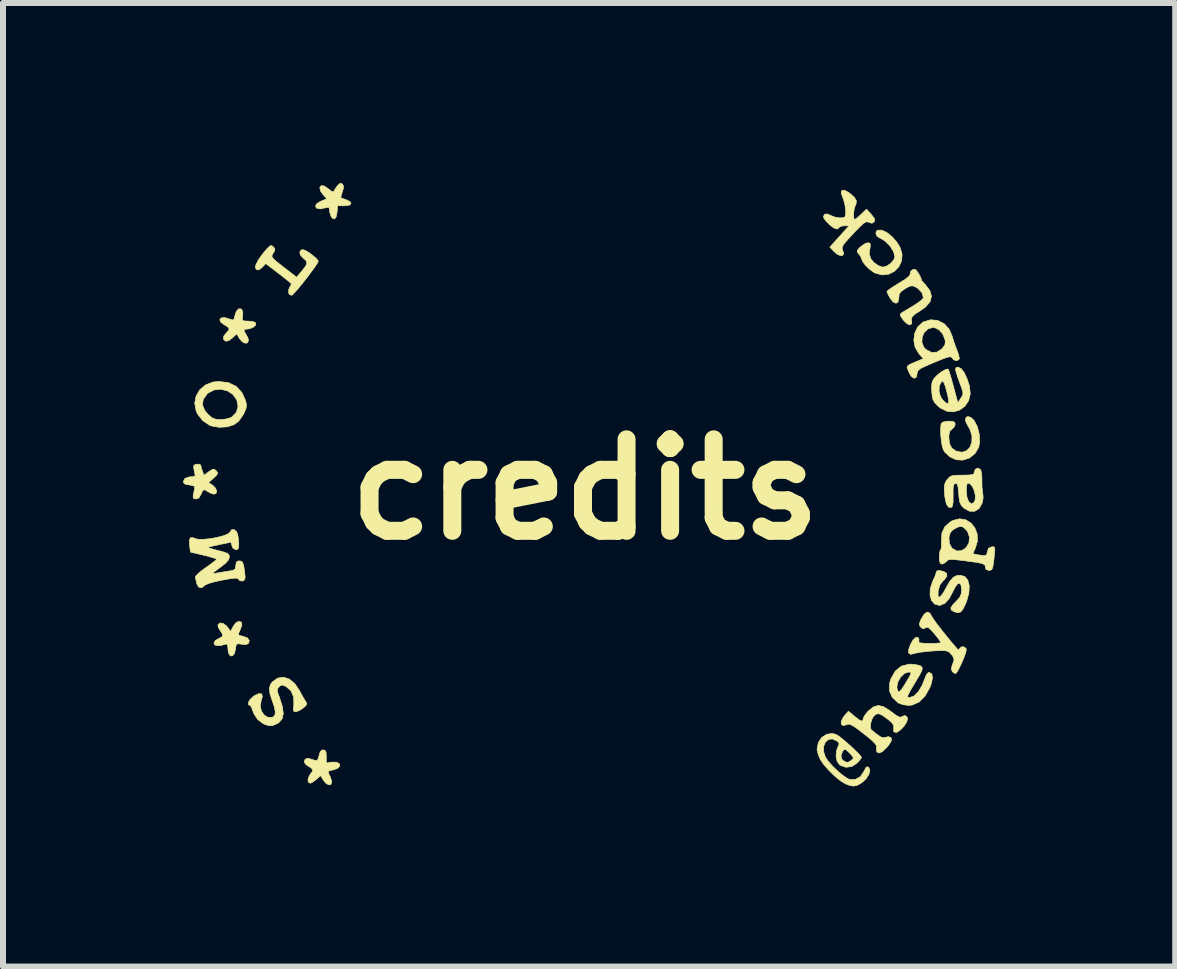
<source format=kicad_pcb>
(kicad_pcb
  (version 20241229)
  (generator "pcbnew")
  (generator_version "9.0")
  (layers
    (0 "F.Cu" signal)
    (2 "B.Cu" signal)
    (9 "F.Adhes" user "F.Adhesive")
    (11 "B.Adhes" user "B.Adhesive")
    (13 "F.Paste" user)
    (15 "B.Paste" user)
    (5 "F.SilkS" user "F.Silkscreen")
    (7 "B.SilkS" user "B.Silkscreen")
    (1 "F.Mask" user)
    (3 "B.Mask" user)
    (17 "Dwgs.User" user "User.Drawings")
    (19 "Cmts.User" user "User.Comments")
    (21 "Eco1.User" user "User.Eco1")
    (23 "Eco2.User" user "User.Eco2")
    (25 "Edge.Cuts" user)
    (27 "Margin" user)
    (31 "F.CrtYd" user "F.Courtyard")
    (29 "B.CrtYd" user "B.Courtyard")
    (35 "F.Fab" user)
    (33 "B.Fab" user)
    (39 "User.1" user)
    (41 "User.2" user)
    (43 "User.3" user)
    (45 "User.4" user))
  (footprint "credits"
    (layer "F.Cu")
    (at 6.699 5.104)
    (property "Reference" "credits" (at 0 0 0) (layer "F.SilkS") (effects (font (size 1.524 1.524) (thickness 0.3))))
    (attr through_hole)
    (fp_poly (pts (xy 6.427 -1.199) (xy 6.479 -1.149) (xy 6.534 -1.046) (xy 6.566 -0.918) (xy 6.572 -0.787) (xy 6.556 -0.702) (xy 6.495 -0.598) (xy 6.402 -0.524) (xy 6.288 -0.488) (xy 6.179 -0.495) (xy 6.075 -0.544) (xy 5.99 -0.623) (xy 5.968 -0.659) (xy 5.948 -0.721) (xy 5.933 -0.812) (xy 5.923 -0.915) (xy 5.921 -1.01) (xy 5.928 -1.082) (xy 5.936 -1.105) (xy 5.973 -1.126) (xy 6.041 -1.137) (xy 6.061 -1.138) (xy 6.129 -1.133) (xy 6.159 -1.114) (xy 6.165 -1.086) (xy 6.143 -1.033) (xy 6.112 -1.005) (xy 6.074 -0.968) (xy 6.06 -0.9) (xy 6.059 -0.87) (xy 6.07 -0.761) (xy 6.108 -0.688) (xy 6.179 -0.64) (xy 6.185 -0.637) (xy 6.279 -0.62) (xy 6.355 -0.645) (xy 6.411 -0.703) (xy 6.441 -0.787) (xy 6.444 -0.886) (xy 6.414 -0.993) (xy 6.372 -1.067) (xy 6.336 -1.142) (xy 6.34 -1.194) (xy 6.374 -1.216) (xy 6.427 -1.199)) (stroke (width 0.01) (type solid)) (fill yes) (layer "F.SilkS"))
    (fp_poly (pts (xy -5.724 2.214) (xy -5.72 2.267) (xy -5.754 2.353) (xy -5.777 2.405) (xy -5.768 2.429) (xy -5.718 2.443) (xy -5.704 2.445) (xy -5.627 2.473) (xy -5.596 2.517) (xy -5.608 2.564) (xy -5.651 2.585) (xy -5.723 2.579) (xy -5.784 2.57) (xy -5.812 2.584) (xy -5.823 2.632) (xy -5.826 2.663) (xy -5.843 2.733) (xy -5.874 2.772) (xy -5.91 2.774) (xy -5.937 2.738) (xy -5.95 2.677) (xy -5.953 2.628) (xy -5.96 2.581) (xy -5.987 2.576) (xy -5.999 2.581) (xy -6.063 2.598) (xy -6.111 2.604) (xy -6.169 2.592) (xy -6.186 2.559) (xy -6.162 2.517) (xy -6.113 2.488) (xy -6.053 2.457) (xy -6.037 2.425) (xy -6.063 2.376) (xy -6.081 2.352) (xy -6.113 2.297) (xy -6.119 2.256) (xy -6.087 2.225) (xy -6.035 2.231) (xy -5.979 2.27) (xy -5.959 2.294) (xy -5.907 2.365) (xy -5.863 2.28) (xy -5.816 2.218) (xy -5.767 2.196) (xy -5.724 2.214)) (stroke (width 0.01) (type solid)) (fill yes) (layer "F.SilkS"))
    (fp_poly (pts (xy -4.331 4.348) (xy -4.316 4.384) (xy -4.313 4.448) (xy -4.313 4.558) (xy -4.223 4.543) (xy -4.14 4.544) (xy -4.094 4.57) (xy -4.088 4.608) (xy -4.125 4.647) (xy -4.196 4.672) (xy -4.259 4.686) (xy -4.281 4.704) (xy -4.269 4.745) (xy -4.245 4.791) (xy -4.222 4.866) (xy -4.234 4.912) (xy -4.271 4.923) (xy -4.321 4.895) (xy -4.36 4.845) (xy -4.407 4.768) (xy -4.48 4.831) (xy -4.535 4.873) (xy -4.576 4.894) (xy -4.58 4.895) (xy -4.614 4.875) (xy -4.618 4.827) (xy -4.593 4.765) (xy -4.578 4.744) (xy -4.546 4.699) (xy -4.541 4.668) (xy -4.569 4.638) (xy -4.636 4.595) (xy -4.646 4.589) (xy -4.678 4.549) (xy -4.673 4.505) (xy -4.638 4.48) (xy -4.603 4.482) (xy -4.533 4.504) (xy -4.501 4.513) (xy -4.466 4.514) (xy -4.445 4.48) (xy -4.434 4.434) (xy -4.413 4.366) (xy -4.378 4.34) (xy -4.364 4.339) (xy -4.331 4.348)) (stroke (width 0.01) (type solid)) (fill yes) (layer "F.SilkS"))
    (fp_poly (pts (xy -5.943 -1.779) (xy -5.814 -1.717) (xy -5.718 -1.613) (xy -5.658 -1.48) (xy -5.643 -1.413) (xy -5.648 -1.356) (xy -5.676 -1.286) (xy -5.691 -1.254) (xy -5.77 -1.14) (xy -5.847 -1.08) (xy -5.962 -1.043) (xy -6.097 -1.035) (xy -6.224 -1.057) (xy -6.257 -1.069) (xy -6.371 -1.146) (xy -6.457 -1.255) (xy -6.481 -1.305) (xy -6.499 -1.406) (xy -6.376 -1.406) (xy -6.335 -1.311) (xy -6.287 -1.254) (xy -6.22 -1.196) (xy -6.156 -1.17) (xy -6.074 -1.164) (xy -5.985 -1.173) (xy -5.908 -1.195) (xy -5.889 -1.205) (xy -5.812 -1.283) (xy -5.783 -1.38) (xy -5.803 -1.489) (xy -5.804 -1.49) (xy -5.868 -1.582) (xy -5.962 -1.643) (xy -6.072 -1.669) (xy -6.184 -1.657) (xy -6.282 -1.605) (xy -6.299 -1.59) (xy -6.364 -1.498) (xy -6.376 -1.406) (xy -6.499 -1.406) (xy -6.505 -1.435) (xy -6.482 -1.556) (xy -6.42 -1.661) (xy -6.323 -1.742) (xy -6.198 -1.79) (xy -6.104 -1.799) (xy -5.943 -1.779)) (stroke (width 0.01) (type solid)) (fill yes) (layer "F.SilkS"))
    (fp_poly (pts (xy -5.733 -3.008) (xy -5.714 -2.988) (xy -5.703 -2.937) (xy -5.707 -2.879) (xy -5.713 -2.832) (xy -5.696 -2.81) (xy -5.645 -2.805) (xy -5.614 -2.805) (xy -5.542 -2.798) (xy -5.494 -2.78) (xy -5.488 -2.774) (xy -5.49 -2.737) (xy -5.53 -2.701) (xy -5.59 -2.677) (xy -5.627 -2.672) (xy -5.676 -2.665) (xy -5.682 -2.636) (xy -5.648 -2.581) (xy -5.617 -2.521) (xy -5.609 -2.482) (xy -5.626 -2.442) (xy -5.665 -2.436) (xy -5.715 -2.462) (xy -5.759 -2.513) (xy -5.805 -2.592) (xy -5.878 -2.523) (xy -5.94 -2.478) (xy -5.989 -2.469) (xy -5.991 -2.47) (xy -6.028 -2.504) (xy -6.02 -2.556) (xy -5.98 -2.606) (xy -5.936 -2.655) (xy -5.937 -2.691) (xy -5.985 -2.727) (xy -6.006 -2.738) (xy -6.07 -2.785) (xy -6.088 -2.828) (xy -6.065 -2.857) (xy -6.007 -2.863) (xy -5.936 -2.843) (xy -5.879 -2.823) (xy -5.853 -2.833) (xy -5.839 -2.883) (xy -5.835 -2.901) (xy -5.81 -2.971) (xy -5.772 -3.009) (xy -5.733 -3.008)) (stroke (width 0.01) (type solid)) (fill yes) (layer "F.SilkS"))
    (fp_poly (pts (xy -4.056 -5.096) (xy -4.045 -5.087) (xy -4.025 -5.053) (xy -4.031 -5.004) (xy -4.045 -4.959) (xy -4.065 -4.897) (xy -4.071 -4.861) (xy -4.07 -4.859) (xy -4.042 -4.847) (xy -3.984 -4.828) (xy -3.982 -4.827) (xy -3.917 -4.794) (xy -3.901 -4.761) (xy -3.933 -4.735) (xy -4.008 -4.725) (xy -4.014 -4.725) (xy -4.125 -4.727) (xy -4.133 -4.621) (xy -4.148 -4.543) (xy -4.175 -4.506) (xy -4.21 -4.517) (xy -4.232 -4.547) (xy -4.255 -4.617) (xy -4.26 -4.657) (xy -4.268 -4.697) (xy -4.304 -4.698) (xy -4.319 -4.694) (xy -4.414 -4.673) (xy -4.474 -4.686) (xy -4.492 -4.715) (xy -4.478 -4.756) (xy -4.416 -4.796) (xy -4.403 -4.802) (xy -4.304 -4.843) (xy -4.361 -4.904) (xy -4.411 -4.974) (xy -4.421 -5.029) (xy -4.398 -5.06) (xy -4.349 -5.057) (xy -4.282 -5.011) (xy -4.281 -5.01) (xy -4.222 -4.964) (xy -4.191 -4.962) (xy -4.188 -4.967) (xy -4.163 -5.011) (xy -4.127 -5.06) (xy -4.087 -5.099) (xy -4.056 -5.096)) (stroke (width 0.01) (type solid)) (fill yes) (layer "F.SilkS"))
    (fp_poly (pts (xy 4.945 -4.319) (xy 5.028 -4.279) (xy 5.115 -4.209) (xy 5.195 -4.116) (xy 5.244 -4.037) (xy 5.28 -3.919) (xy 5.271 -3.807) (xy 5.226 -3.71) (xy 5.151 -3.633) (xy 5.055 -3.585) (xy 4.945 -3.574) (xy 4.83 -3.605) (xy 4.8 -3.622) (xy 4.731 -3.674) (xy 4.666 -3.739) (xy 4.62 -3.802) (xy 4.604 -3.845) (xy 4.588 -3.883) (xy 4.558 -3.923) (xy 4.532 -3.957) (xy 4.534 -3.985) (xy 4.569 -4.024) (xy 4.597 -4.05) (xy 4.666 -4.098) (xy 4.72 -4.111) (xy 4.751 -4.092) (xy 4.749 -4.04) (xy 4.748 -4.038) (xy 4.731 -3.929) (xy 4.761 -3.838) (xy 4.813 -3.778) (xy 4.882 -3.73) (xy 4.949 -3.705) (xy 4.963 -3.704) (xy 5.028 -3.723) (xy 5.094 -3.771) (xy 5.144 -3.83) (xy 5.159 -3.876) (xy 5.138 -3.96) (xy 5.082 -4.051) (xy 5.005 -4.131) (xy 4.921 -4.185) (xy 4.901 -4.192) (xy 4.858 -4.224) (xy 4.842 -4.271) (xy 4.859 -4.311) (xy 4.875 -4.32) (xy 4.945 -4.319)) (stroke (width 0.01) (type solid)) (fill yes) (layer "F.SilkS"))
    (fp_poly (pts (xy -6.407 -0.408) (xy -6.403 -0.399) (xy -6.394 -0.357) (xy -6.377 -0.305) (xy -6.351 -0.236) (xy -6.271 -0.295) (xy -6.216 -0.332) (xy -6.182 -0.338) (xy -6.151 -0.315) (xy -6.147 -0.311) (xy -6.124 -0.281) (xy -6.129 -0.253) (xy -6.168 -0.21) (xy -6.189 -0.191) (xy -6.274 -0.114) (xy -6.206 -0.07) (xy -6.159 -0.023) (xy -6.139 0.028) (xy -6.15 0.066) (xy -6.185 0.079) (xy -6.242 0.062) (xy -6.282 0.039) (xy -6.335 0.006) (xy -6.368 0.014) (xy -6.395 0.067) (xy -6.399 0.079) (xy -6.436 0.142) (xy -6.484 0.159) (xy -6.524 0.151) (xy -6.532 0.117) (xy -6.527 0.084) (xy -6.513 0.016) (xy -6.504 -0.028) (xy -6.517 -0.057) (xy -6.575 -0.072) (xy -6.595 -0.074) (xy -6.663 -0.087) (xy -6.692 -0.113) (xy -6.694 -0.131) (xy -6.671 -0.182) (xy -6.602 -0.208) (xy -6.548 -0.212) (xy -6.507 -0.217) (xy -6.498 -0.242) (xy -6.51 -0.295) (xy -6.522 -0.359) (xy -6.52 -0.4) (xy -6.52 -0.401) (xy -6.487 -0.419) (xy -6.44 -0.422) (xy -6.407 -0.408)) (stroke (width 0.01) (type solid)) (fill yes) (layer "F.SilkS"))
    (fp_poly (pts (xy 5.973 1.366) (xy 6.022 1.397) (xy 6.026 1.446) (xy 5.984 1.504) (xy 5.965 1.521) (xy 5.908 1.593) (xy 5.881 1.69) (xy 5.878 1.767) (xy 5.893 1.796) (xy 5.925 1.778) (xy 5.971 1.714) (xy 6.013 1.639) (xy 6.074 1.531) (xy 6.13 1.467) (xy 6.19 1.435) (xy 6.248 1.429) (xy 6.325 1.451) (xy 6.375 1.512) (xy 6.399 1.606) (xy 6.393 1.724) (xy 6.356 1.86) (xy 6.338 1.905) (xy 6.294 1.996) (xy 6.253 2.044) (xy 6.205 2.054) (xy 6.145 2.037) (xy 6.098 2.008) (xy 6.092 1.972) (xy 6.127 1.919) (xy 6.178 1.867) (xy 6.238 1.801) (xy 6.265 1.739) (xy 6.271 1.67) (xy 6.261 1.591) (xy 6.236 1.561) (xy 6.199 1.578) (xy 6.155 1.642) (xy 6.134 1.687) (xy 6.065 1.817) (xy 5.993 1.898) (xy 5.915 1.93) (xy 5.897 1.931) (xy 5.821 1.909) (xy 5.769 1.848) (xy 5.745 1.76) (xy 5.749 1.653) (xy 5.786 1.538) (xy 5.794 1.521) (xy 5.827 1.45) (xy 5.846 1.395) (xy 5.847 1.383) (xy 5.862 1.355) (xy 5.913 1.353) (xy 5.973 1.366)) (stroke (width 0.01) (type solid)) (fill yes) (layer "F.SilkS"))
    (fp_poly (pts (xy -5.194 -4.042) (xy -5.169 -4.007) (xy -5.176 -3.971) (xy -5.197 -3.936) (xy -5.215 -3.906) (xy -5.218 -3.88) (xy -5.201 -3.85) (xy -5.158 -3.809) (xy -5.082 -3.748) (xy -5.024 -3.703) (xy -4.807 -3.536) (xy -4.719 -3.64) (xy -4.659 -3.717) (xy -4.636 -3.77) (xy -4.649 -3.811) (xy -4.697 -3.854) (xy -4.701 -3.857) (xy -4.745 -3.906) (xy -4.755 -3.956) (xy -4.731 -3.989) (xy -4.702 -3.995) (xy -4.659 -3.98) (xy -4.596 -3.942) (xy -4.53 -3.892) (xy -4.475 -3.843) (xy -4.447 -3.807) (xy -4.446 -3.801) (xy -4.463 -3.767) (xy -4.505 -3.703) (xy -4.567 -3.619) (xy -4.639 -3.524) (xy -4.714 -3.428) (xy -4.785 -3.342) (xy -4.843 -3.276) (xy -4.881 -3.238) (xy -4.888 -3.234) (xy -4.924 -3.246) (xy -4.939 -3.269) (xy -4.94 -3.327) (xy -4.925 -3.363) (xy -4.901 -3.408) (xy -4.895 -3.425) (xy -4.914 -3.445) (xy -4.968 -3.49) (xy -5.045 -3.551) (xy -5.109 -3.6) (xy -5.322 -3.763) (xy -5.374 -3.707) (xy -5.432 -3.659) (xy -5.473 -3.66) (xy -5.494 -3.692) (xy -5.488 -3.738) (xy -5.452 -3.811) (xy -5.392 -3.9) (xy -5.315 -3.994) (xy -5.299 -4.012) (xy -5.253 -4.056) (xy -5.223 -4.063) (xy -5.194 -4.042)) (stroke (width 0.01) (type solid)) (fill yes) (layer "F.SilkS"))
    (fp_poly (pts (xy 5.506 2.918) (xy 5.575 2.935) (xy 5.593 2.945) (xy 5.612 2.963) (xy 5.617 2.988) (xy 5.605 3.028) (xy 5.571 3.092) (xy 5.514 3.189) (xy 5.493 3.223) (xy 5.429 3.33) (xy 5.39 3.4) (xy 5.373 3.441) (xy 5.376 3.46) (xy 5.395 3.466) (xy 5.409 3.466) (xy 5.478 3.441) (xy 5.548 3.373) (xy 5.611 3.268) (xy 5.649 3.174) (xy 5.683 3.09) (xy 5.714 3.052) (xy 5.737 3.048) (xy 5.778 3.079) (xy 5.786 3.148) (xy 5.762 3.25) (xy 5.74 3.306) (xy 5.659 3.447) (xy 5.561 3.543) (xy 5.447 3.592) (xy 5.389 3.598) (xy 5.299 3.587) (xy 5.222 3.56) (xy 5.212 3.553) (xy 5.115 3.461) (xy 5.068 3.352) (xy 5.07 3.292) (xy 5.193 3.292) (xy 5.198 3.324) (xy 5.212 3.364) (xy 5.231 3.372) (xy 5.261 3.345) (xy 5.307 3.278) (xy 5.353 3.202) (xy 5.402 3.119) (xy 5.425 3.071) (xy 5.426 3.049) (xy 5.405 3.043) (xy 5.387 3.043) (xy 5.317 3.066) (xy 5.255 3.127) (xy 5.21 3.207) (xy 5.193 3.292) (xy 5.07 3.292) (xy 5.072 3.226) (xy 5.095 3.151) (xy 5.168 3.025) (xy 5.266 2.945) (xy 5.39 2.912) (xy 5.421 2.91) (xy 5.506 2.918)) (stroke (width 0.01) (type solid)) (fill yes) (layer "F.SilkS"))
    (fp_poly (pts (xy 6.266 -2.012) (xy 6.318 -1.941) (xy 6.368 -1.83) (xy 6.402 -1.722) (xy 6.416 -1.591) (xy 6.388 -1.478) (xy 6.326 -1.386) (xy 6.24 -1.323) (xy 6.138 -1.293) (xy 6.028 -1.302) (xy 5.918 -1.356) (xy 5.882 -1.385) (xy 5.825 -1.443) (xy 5.794 -1.497) (xy 5.779 -1.571) (xy 5.774 -1.63) (xy 5.774 -1.637) (xy 5.896 -1.637) (xy 5.919 -1.549) (xy 5.955 -1.493) (xy 6.012 -1.44) (xy 6.045 -1.429) (xy 6.056 -1.463) (xy 6.045 -1.543) (xy 6.024 -1.628) (xy 5.996 -1.728) (xy 5.975 -1.783) (xy 5.957 -1.803) (xy 5.937 -1.794) (xy 5.933 -1.79) (xy 5.9 -1.725) (xy 5.896 -1.637) (xy 5.774 -1.637) (xy 5.771 -1.727) (xy 5.781 -1.791) (xy 5.809 -1.844) (xy 5.821 -1.859) (xy 5.872 -1.911) (xy 5.935 -1.959) (xy 5.997 -1.994) (xy 6.041 -2.006) (xy 6.05 -2.002) (xy 6.061 -1.973) (xy 6.083 -1.904) (xy 6.111 -1.806) (xy 6.135 -1.717) (xy 6.209 -1.444) (xy 6.258 -1.519) (xy 6.284 -1.562) (xy 6.294 -1.599) (xy 6.286 -1.646) (xy 6.261 -1.721) (xy 6.248 -1.756) (xy 6.204 -1.878) (xy 6.178 -1.958) (xy 6.17 -2.006) (xy 6.179 -2.03) (xy 6.204 -2.037) (xy 6.214 -2.037) (xy 6.266 -2.012)) (stroke (width 0.01) (type solid)) (fill yes) (layer "F.SilkS"))
    (fp_poly (pts (xy 5.502 -3.665) (xy 5.528 -3.637) (xy 5.56 -3.588) (xy 5.588 -3.536) (xy 5.601 -3.5) (xy 5.599 -3.493) (xy 5.608 -3.476) (xy 5.645 -3.435) (xy 5.663 -3.417) (xy 5.742 -3.314) (xy 5.77 -3.217) (xy 5.744 -3.124) (xy 5.667 -3.036) (xy 5.583 -2.977) (xy 5.498 -2.923) (xy 5.453 -2.884) (xy 5.436 -2.85) (xy 5.439 -2.819) (xy 5.441 -2.762) (xy 5.413 -2.741) (xy 5.367 -2.757) (xy 5.311 -2.809) (xy 5.301 -2.821) (xy 5.259 -2.882) (xy 5.249 -2.917) (xy 5.267 -2.939) (xy 5.308 -2.964) (xy 5.379 -3.007) (xy 5.466 -3.059) (xy 5.47 -3.062) (xy 5.551 -3.114) (xy 5.61 -3.161) (xy 5.635 -3.193) (xy 5.636 -3.195) (xy 5.612 -3.275) (xy 5.548 -3.346) (xy 5.508 -3.371) (xy 5.459 -3.391) (xy 5.416 -3.389) (xy 5.358 -3.361) (xy 5.331 -3.345) (xy 5.263 -3.297) (xy 5.232 -3.252) (xy 5.226 -3.195) (xy 5.213 -3.125) (xy 5.179 -3.101) (xy 5.132 -3.123) (xy 5.083 -3.183) (xy 5.048 -3.246) (xy 5.028 -3.291) (xy 5.027 -3.297) (xy 5.049 -3.32) (xy 5.106 -3.361) (xy 5.189 -3.413) (xy 5.227 -3.436) (xy 5.331 -3.501) (xy 5.394 -3.551) (xy 5.414 -3.584) (xy 5.414 -3.586) (xy 5.42 -3.629) (xy 5.455 -3.662) (xy 5.497 -3.668) (xy 5.502 -3.665)) (stroke (width 0.01) (type solid)) (fill yes) (layer "F.SilkS"))
    (fp_poly (pts (xy 5.874 -2.815) (xy 5.98 -2.762) (xy 6.064 -2.67) (xy 6.113 -2.557) (xy 6.141 -2.463) (xy 6.179 -2.358) (xy 6.194 -2.321) (xy 6.221 -2.244) (xy 6.233 -2.187) (xy 6.23 -2.169) (xy 6.191 -2.144) (xy 6.142 -2.158) (xy 6.116 -2.188) (xy 6.101 -2.205) (xy 6.075 -2.21) (xy 6.03 -2.201) (xy 5.956 -2.174) (xy 5.845 -2.129) (xy 5.811 -2.115) (xy 5.69 -2.063) (xy 5.609 -2.026) (xy 5.562 -1.996) (xy 5.538 -1.969) (xy 5.531 -1.939) (xy 5.53 -1.925) (xy 5.515 -1.868) (xy 5.478 -1.852) (xy 5.434 -1.883) (xy 5.432 -1.885) (xy 5.404 -1.933) (xy 5.378 -1.989) (xy 5.363 -2.03) (xy 5.37 -2.057) (xy 5.407 -2.083) (xy 5.483 -2.116) (xy 5.49 -2.119) (xy 5.633 -2.178) (xy 5.555 -2.268) (xy 5.496 -2.37) (xy 5.481 -2.45) (xy 5.61 -2.45) (xy 5.642 -2.369) (xy 5.679 -2.33) (xy 5.772 -2.283) (xy 5.861 -2.288) (xy 5.944 -2.343) (xy 5.991 -2.403) (xy 6 -2.463) (xy 5.995 -2.494) (xy 5.958 -2.587) (xy 5.896 -2.659) (xy 5.821 -2.696) (xy 5.798 -2.699) (xy 5.713 -2.676) (xy 5.65 -2.618) (xy 5.615 -2.538) (xy 5.61 -2.45) (xy 5.481 -2.45) (xy 5.475 -2.488) (xy 5.491 -2.605) (xy 5.541 -2.709) (xy 5.624 -2.785) (xy 5.635 -2.791) (xy 5.756 -2.827) (xy 5.874 -2.815)) (stroke (width 0.01) (type solid)) (fill yes) (layer "F.SilkS"))
    (fp_poly (pts (xy -4.929 3.16) (xy -4.837 3.236) (xy -4.758 3.354) (xy -4.757 3.356) (xy -4.712 3.44) (xy -4.672 3.508) (xy -4.652 3.538) (xy -4.637 3.57) (xy -4.655 3.604) (xy -4.697 3.641) (xy -4.761 3.683) (xy -4.817 3.703) (xy -4.824 3.704) (xy -4.853 3.697) (xy -4.862 3.668) (xy -4.856 3.602) (xy -4.854 3.589) (xy -4.856 3.461) (xy -4.901 3.356) (xy -4.985 3.282) (xy -4.986 3.282) (xy -5.04 3.259) (xy -5.077 3.269) (xy -5.1 3.289) (xy -5.125 3.32) (xy -5.13 3.353) (xy -5.115 3.407) (xy -5.095 3.459) (xy -5.045 3.614) (xy -5.029 3.734) (xy -5.049 3.823) (xy -5.104 3.885) (xy -5.132 3.902) (xy -5.205 3.934) (xy -5.267 3.937) (xy -5.342 3.912) (xy -5.359 3.905) (xy -5.454 3.836) (xy -5.523 3.73) (xy -5.545 3.667) (xy -5.565 3.616) (xy -5.586 3.598) (xy -5.612 3.582) (xy -5.607 3.542) (xy -5.576 3.492) (xy -5.525 3.445) (xy -5.515 3.438) (xy -5.437 3.402) (xy -5.39 3.406) (xy -5.378 3.45) (xy -5.397 3.517) (xy -5.413 3.607) (xy -5.394 3.691) (xy -5.348 3.759) (xy -5.283 3.798) (xy -5.211 3.796) (xy -5.172 3.767) (xy -5.162 3.71) (xy -5.18 3.618) (xy -5.212 3.525) (xy -5.251 3.405) (xy -5.262 3.318) (xy -5.244 3.251) (xy -5.212 3.207) (xy -5.123 3.143) (xy -5.026 3.128) (xy -4.929 3.16)) (stroke (width 0.01) (type solid)) (fill yes) (layer "F.SilkS"))
    (fp_poly (pts (xy 4.388 -4.949) (xy 4.406 -4.936) (xy 4.485 -4.866) (xy 4.519 -4.808) (xy 4.512 -4.752) (xy 4.502 -4.733) (xy 4.484 -4.683) (xy 4.474 -4.616) (xy 4.472 -4.551) (xy 4.48 -4.506) (xy 4.49 -4.498) (xy 4.519 -4.515) (xy 4.569 -4.557) (xy 4.598 -4.584) (xy 4.687 -4.67) (xy 4.766 -4.582) (xy 4.814 -4.521) (xy 4.826 -4.482) (xy 4.814 -4.457) (xy 4.778 -4.434) (xy 4.728 -4.449) (xy 4.7 -4.459) (xy 4.67 -4.453) (xy 4.629 -4.425) (xy 4.57 -4.37) (xy 4.485 -4.283) (xy 4.466 -4.262) (xy 4.376 -4.165) (xy 4.318 -4.098) (xy 4.288 -4.051) (xy 4.28 -4.018) (xy 4.287 -3.993) (xy 4.307 -3.931) (xy 4.29 -3.898) (xy 4.247 -3.896) (xy 4.187 -3.926) (xy 4.146 -3.963) (xy 4.076 -4.037) (xy 4.396 -4.392) (xy 4.315 -4.392) (xy 4.258 -4.385) (xy 4.233 -4.367) (xy 4.233 -4.366) (xy 4.211 -4.343) (xy 4.186 -4.339) (xy 4.14 -4.358) (xy 4.08 -4.403) (xy 4.021 -4.461) (xy 3.979 -4.515) (xy 3.969 -4.544) (xy 3.987 -4.585) (xy 4.035 -4.59) (xy 4.088 -4.566) (xy 4.16 -4.537) (xy 4.244 -4.524) (xy 4.246 -4.524) (xy 4.303 -4.527) (xy 4.33 -4.544) (xy 4.339 -4.591) (xy 4.339 -4.643) (xy 4.328 -4.741) (xy 4.302 -4.837) (xy 4.294 -4.854) (xy 4.266 -4.936) (xy 4.275 -4.981) (xy 4.317 -4.986) (xy 4.388 -4.949)) (stroke (width 0.01) (type solid)) (fill yes) (layer "F.SilkS"))
    (fp_poly (pts (xy 6.586 -0.333) (xy 6.601 -0.29) (xy 6.609 -0.213) (xy 6.61 -0.143) (xy 6.611 -0.047) (xy 6.618 0.036) (xy 6.625 0.073) (xy 6.63 0.139) (xy 6.617 0.218) (xy 6.614 0.226) (xy 6.563 0.318) (xy 6.49 0.364) (xy 6.403 0.363) (xy 6.31 0.311) (xy 6.307 0.308) (xy 6.266 0.266) (xy 6.242 0.216) (xy 6.229 0.143) (xy 6.223 0.068) (xy 6.218 0.013) (xy 6.35 0.013) (xy 6.36 0.127) (xy 6.389 0.204) (xy 6.433 0.237) (xy 6.443 0.238) (xy 6.477 0.216) (xy 6.498 0.171) (xy 6.5 0.099) (xy 6.481 0.018) (xy 6.448 -0.053) (xy 6.408 -0.096) (xy 6.395 -0.101) (xy 6.367 -0.098) (xy 6.354 -0.065) (xy 6.35 0.008) (xy 6.35 0.013) (xy 6.218 0.013) (xy 6.214 -0.027) (xy 6.203 -0.08) (xy 6.185 -0.1) (xy 6.168 -0.1) (xy 6.145 -0.086) (xy 6.133 -0.05) (xy 6.129 0.021) (xy 6.13 0.098) (xy 6.13 0.206) (xy 6.121 0.27) (xy 6.103 0.299) (xy 6.099 0.3) (xy 6.052 0.295) (xy 6.016 0.239) (xy 5.993 0.131) (xy 5.987 0.073) (xy 5.982 -0.025) (xy 5.99 -0.089) (xy 6.012 -0.139) (xy 6.032 -0.165) (xy 6.066 -0.203) (xy 6.103 -0.225) (xy 6.158 -0.235) (xy 6.247 -0.238) (xy 6.286 -0.238) (xy 6.387 -0.24) (xy 6.446 -0.246) (xy 6.474 -0.259) (xy 6.482 -0.283) (xy 6.482 -0.288) (xy 6.501 -0.338) (xy 6.542 -0.356) (xy 6.586 -0.333)) (stroke (width 0.01) (type solid)) (fill yes) (layer "F.SilkS"))
    (fp_poly (pts (xy 5.742 2.06) (xy 5.768 2.104) (xy 5.794 2.147) (xy 5.846 2.222) (xy 5.919 2.317) (xy 6.004 2.424) (xy 6.094 2.534) (xy 6.182 2.637) (xy 6.213 2.672) (xy 6.231 2.665) (xy 6.237 2.652) (xy 6.269 2.622) (xy 6.313 2.623) (xy 6.346 2.651) (xy 6.35 2.67) (xy 6.34 2.719) (xy 6.313 2.795) (xy 6.277 2.881) (xy 6.238 2.964) (xy 6.202 3.031) (xy 6.175 3.067) (xy 6.169 3.069) (xy 6.133 3.051) (xy 6.115 3.033) (xy 6.1 2.992) (xy 6.114 2.928) (xy 6.123 2.907) (xy 6.145 2.844) (xy 6.139 2.801) (xy 6.102 2.75) (xy 6.1 2.748) (xy 6.069 2.714) (xy 6.036 2.695) (xy 5.99 2.686) (xy 5.917 2.685) (xy 5.805 2.69) (xy 5.805 2.69) (xy 5.689 2.699) (xy 5.585 2.712) (xy 5.511 2.726) (xy 5.495 2.731) (xy 5.424 2.747) (xy 5.389 2.725) (xy 5.39 2.666) (xy 5.42 2.582) (xy 5.463 2.507) (xy 5.507 2.466) (xy 5.543 2.462) (xy 5.561 2.496) (xy 5.559 2.547) (xy 5.582 2.556) (xy 5.644 2.563) (xy 5.734 2.566) (xy 5.741 2.566) (xy 5.833 2.564) (xy 5.899 2.559) (xy 5.927 2.551) (xy 5.927 2.55) (xy 5.911 2.523) (xy 5.87 2.468) (xy 5.818 2.404) (xy 5.755 2.333) (xy 5.714 2.3) (xy 5.684 2.297) (xy 5.671 2.306) (xy 5.631 2.322) (xy 5.593 2.297) (xy 5.57 2.266) (xy 5.57 2.229) (xy 5.594 2.167) (xy 5.601 2.154) (xy 5.65 2.075) (xy 5.699 2.043) (xy 5.742 2.06)) (stroke (width 0.01) (type solid)) (fill yes) (layer "F.SilkS"))
    (fp_poly (pts (xy 4.969 3.619) (xy 5.073 3.683) (xy 5.104 3.707) (xy 5.182 3.765) (xy 5.232 3.792) (xy 5.266 3.792) (xy 5.278 3.784) (xy 5.328 3.766) (xy 5.364 3.793) (xy 5.371 3.827) (xy 5.353 3.882) (xy 5.309 3.948) (xy 5.252 4.007) (xy 5.199 4.044) (xy 5.18 4.048) (xy 5.142 4.038) (xy 5.137 3.997) (xy 5.14 3.981) (xy 5.14 3.935) (xy 5.115 3.892) (xy 5.055 3.839) (xy 5.033 3.822) (xy 4.95 3.762) (xy 4.893 3.737) (xy 4.85 3.742) (xy 4.808 3.777) (xy 4.802 3.784) (xy 4.774 3.835) (xy 4.756 3.903) (xy 4.752 3.967) (xy 4.765 4.003) (xy 4.79 4.023) (xy 4.841 4.064) (xy 4.864 4.082) (xy 4.934 4.129) (xy 4.985 4.135) (xy 4.996 4.131) (xy 5.056 4.118) (xy 5.097 4.139) (xy 5.106 4.168) (xy 5.09 4.209) (xy 5.049 4.269) (xy 5.024 4.299) (xy 4.952 4.368) (xy 4.898 4.391) (xy 4.86 4.375) (xy 4.851 4.338) (xy 4.855 4.302) (xy 4.853 4.27) (xy 4.827 4.231) (xy 4.773 4.177) (xy 4.683 4.103) (xy 4.64 4.069) (xy 4.536 3.989) (xy 4.464 3.939) (xy 4.415 3.915) (xy 4.38 3.911) (xy 4.362 3.918) (xy 4.302 3.935) (xy 4.268 3.916) (xy 4.265 3.869) (xy 4.295 3.803) (xy 4.322 3.767) (xy 4.385 3.694) (xy 4.487 3.779) (xy 4.562 3.837) (xy 4.606 3.859) (xy 4.627 3.848) (xy 4.63 3.821) (xy 4.648 3.778) (xy 4.693 3.718) (xy 4.72 3.688) (xy 4.803 3.622) (xy 4.883 3.599) (xy 4.969 3.619)) (stroke (width 0.01) (type solid)) (fill yes) (layer "F.SilkS"))
    (fp_poly (pts (xy 6.338 0.505) (xy 6.426 0.559) (xy 6.492 0.64) (xy 6.531 0.743) (xy 6.536 0.858) (xy 6.501 0.977) (xy 6.495 0.99) (xy 6.47 1.043) (xy 6.462 1.071) (xy 6.462 1.072) (xy 6.49 1.079) (xy 6.552 1.09) (xy 6.58 1.094) (xy 6.65 1.103) (xy 6.683 1.094) (xy 6.696 1.061) (xy 6.699 1.039) (xy 6.72 0.979) (xy 6.77 0.957) (xy 6.803 0.954) (xy 6.82 0.966) (xy 6.825 1.002) (xy 6.819 1.074) (xy 6.814 1.129) (xy 6.801 1.236) (xy 6.789 1.302) (xy 6.773 1.335) (xy 6.747 1.348) (xy 6.719 1.349) (xy 6.676 1.33) (xy 6.668 1.298) (xy 6.664 1.271) (xy 6.649 1.251) (xy 6.613 1.235) (xy 6.549 1.22) (xy 6.448 1.205) (xy 6.314 1.187) (xy 6.193 1.173) (xy 6.114 1.167) (xy 6.066 1.169) (xy 6.037 1.18) (xy 6.02 1.199) (xy 5.973 1.236) (xy 5.944 1.244) (xy 5.916 1.231) (xy 5.903 1.187) (xy 5.9 1.124) (xy 5.905 1.053) (xy 5.916 1.011) (xy 5.922 1.005) (xy 5.933 0.982) (xy 5.936 0.921) (xy 5.934 0.867) (xy 5.938 0.805) (xy 6.06 0.805) (xy 6.069 0.9) (xy 6.108 0.975) (xy 6.112 0.979) (xy 6.189 1.025) (xy 6.271 1.02) (xy 6.342 0.974) (xy 6.393 0.893) (xy 6.403 0.797) (xy 6.372 0.705) (xy 6.338 0.662) (xy 6.287 0.622) (xy 6.243 0.617) (xy 6.191 0.635) (xy 6.127 0.673) (xy 6.085 0.716) (xy 6.084 0.716) (xy 6.06 0.805) (xy 5.938 0.805) (xy 5.943 0.727) (xy 5.994 0.618) (xy 6.089 0.537) (xy 6.126 0.517) (xy 6.236 0.489) (xy 6.338 0.505)) (stroke (width 0.01) (type solid)) (fill yes) (layer "F.SilkS"))
    (fp_poly (pts (xy 4.181 4.082) (xy 4.226 4.11) (xy 4.293 4.163) (xy 4.372 4.23) (xy 4.453 4.303) (xy 4.525 4.373) (xy 4.579 4.429) (xy 4.603 4.463) (xy 4.604 4.466) (xy 4.587 4.493) (xy 4.546 4.542) (xy 4.533 4.556) (xy 4.443 4.616) (xy 4.343 4.629) (xy 4.245 4.593) (xy 4.239 4.589) (xy 4.198 4.531) (xy 4.179 4.446) (xy 4.181 4.429) (xy 4.262 4.429) (xy 4.275 4.492) (xy 4.306 4.522) (xy 4.355 4.546) (xy 4.392 4.541) (xy 4.433 4.513) (xy 4.463 4.487) (xy 4.465 4.462) (xy 4.434 4.423) (xy 4.406 4.393) (xy 4.355 4.343) (xy 4.325 4.329) (xy 4.302 4.345) (xy 4.293 4.356) (xy 4.262 4.429) (xy 4.181 4.429) (xy 4.187 4.353) (xy 4.213 4.284) (xy 4.232 4.238) (xy 4.209 4.203) (xy 4.195 4.192) (xy 4.118 4.157) (xy 4.051 4.166) (xy 4.001 4.211) (xy 3.973 4.282) (xy 3.973 4.372) (xy 4.006 4.467) (xy 4.052 4.532) (xy 4.124 4.612) (xy 4.209 4.694) (xy 4.295 4.765) (xy 4.369 4.815) (xy 4.404 4.831) (xy 4.502 4.831) (xy 4.586 4.784) (xy 4.646 4.694) (xy 4.676 4.635) (xy 4.701 4.619) (xy 4.723 4.63) (xy 4.744 4.678) (xy 4.728 4.744) (xy 4.683 4.817) (xy 4.614 4.882) (xy 4.605 4.888) (xy 4.528 4.932) (xy 4.462 4.943) (xy 4.385 4.924) (xy 4.339 4.906) (xy 4.256 4.856) (xy 4.158 4.776) (xy 4.059 4.679) (xy 3.973 4.581) (xy 3.914 4.493) (xy 3.914 4.492) (xy 3.881 4.412) (xy 3.864 4.338) (xy 3.863 4.326) (xy 3.884 4.218) (xy 3.94 4.133) (xy 4.021 4.08) (xy 4.115 4.065) (xy 4.181 4.082)) (stroke (width 0.01) (type solid)) (fill yes) (layer "F.SilkS"))
    (fp_poly (pts (xy -5.847 0.67) (xy -5.807 0.705) (xy -5.792 0.741) (xy -5.778 0.813) (xy -5.771 0.9) (xy -5.771 0.906) (xy -5.774 0.973) (xy -5.793 1.001) (xy -5.818 1.005) (xy -5.865 0.982) (xy -5.884 0.942) (xy -5.9 0.879) (xy -6.079 0.916) (xy -6.172 0.936) (xy -6.246 0.953) (xy -6.284 0.962) (xy -6.284 0.962) (xy -6.273 0.971) (xy -6.222 0.989) (xy -6.139 1.012) (xy -6.118 1.017) (xy -6.019 1.043) (xy -5.962 1.065) (xy -5.934 1.089) (xy -5.927 1.121) (xy -5.927 1.126) (xy -5.942 1.174) (xy -5.993 1.231) (xy -6.079 1.298) (xy -6.156 1.355) (xy -6.195 1.387) (xy -6.198 1.399) (xy -6.168 1.398) (xy -6.138 1.393) (xy -6.049 1.378) (xy -5.949 1.362) (xy -5.933 1.36) (xy -5.862 1.345) (xy -5.83 1.323) (xy -5.821 1.281) (xy -5.821 1.267) (xy -5.811 1.21) (xy -5.778 1.191) (xy -5.769 1.191) (xy -5.731 1.195) (xy -5.706 1.216) (xy -5.69 1.266) (xy -5.676 1.355) (xy -5.674 1.37) (xy -5.665 1.453) (xy -5.671 1.498) (xy -5.692 1.521) (xy -5.702 1.525) (xy -5.752 1.522) (xy -5.77 1.503) (xy -5.786 1.485) (xy -5.815 1.478) (xy -5.868 1.481) (xy -5.954 1.494) (xy -6.052 1.512) (xy -6.174 1.538) (xy -6.27 1.566) (xy -6.329 1.591) (xy -6.34 1.601) (xy -6.39 1.638) (xy -6.438 1.628) (xy -6.47 1.573) (xy -6.471 1.568) (xy -6.486 1.502) (xy -6.497 1.462) (xy -6.481 1.434) (xy -6.43 1.385) (xy -6.354 1.326) (xy -6.323 1.304) (xy -6.239 1.245) (xy -6.175 1.196) (xy -6.141 1.167) (xy -6.138 1.163) (xy -6.162 1.15) (xy -6.226 1.13) (xy -6.317 1.105) (xy -6.356 1.096) (xy -6.574 1.044) (xy -6.59 0.946) (xy -6.596 0.853) (xy -6.577 0.805) (xy -6.533 0.803) (xy -6.506 0.816) (xy -6.45 0.83) (xy -6.362 0.831) (xy -6.256 0.821) (xy -6.145 0.802) (xy -6.043 0.776) (xy -5.964 0.747) (xy -5.921 0.716) (xy -5.917 0.708) (xy -5.889 0.67) (xy -5.847 0.67)) (stroke (width 0.01) (type solid)) (fill yes) (layer "F.SilkS")))
  (gr_rect
    (start -3 -3)
    (end 16.529 13.052)
    (stroke (width 0.1) (type default))
    (fill no)
    (layer "Edge.Cuts")))
</source>
